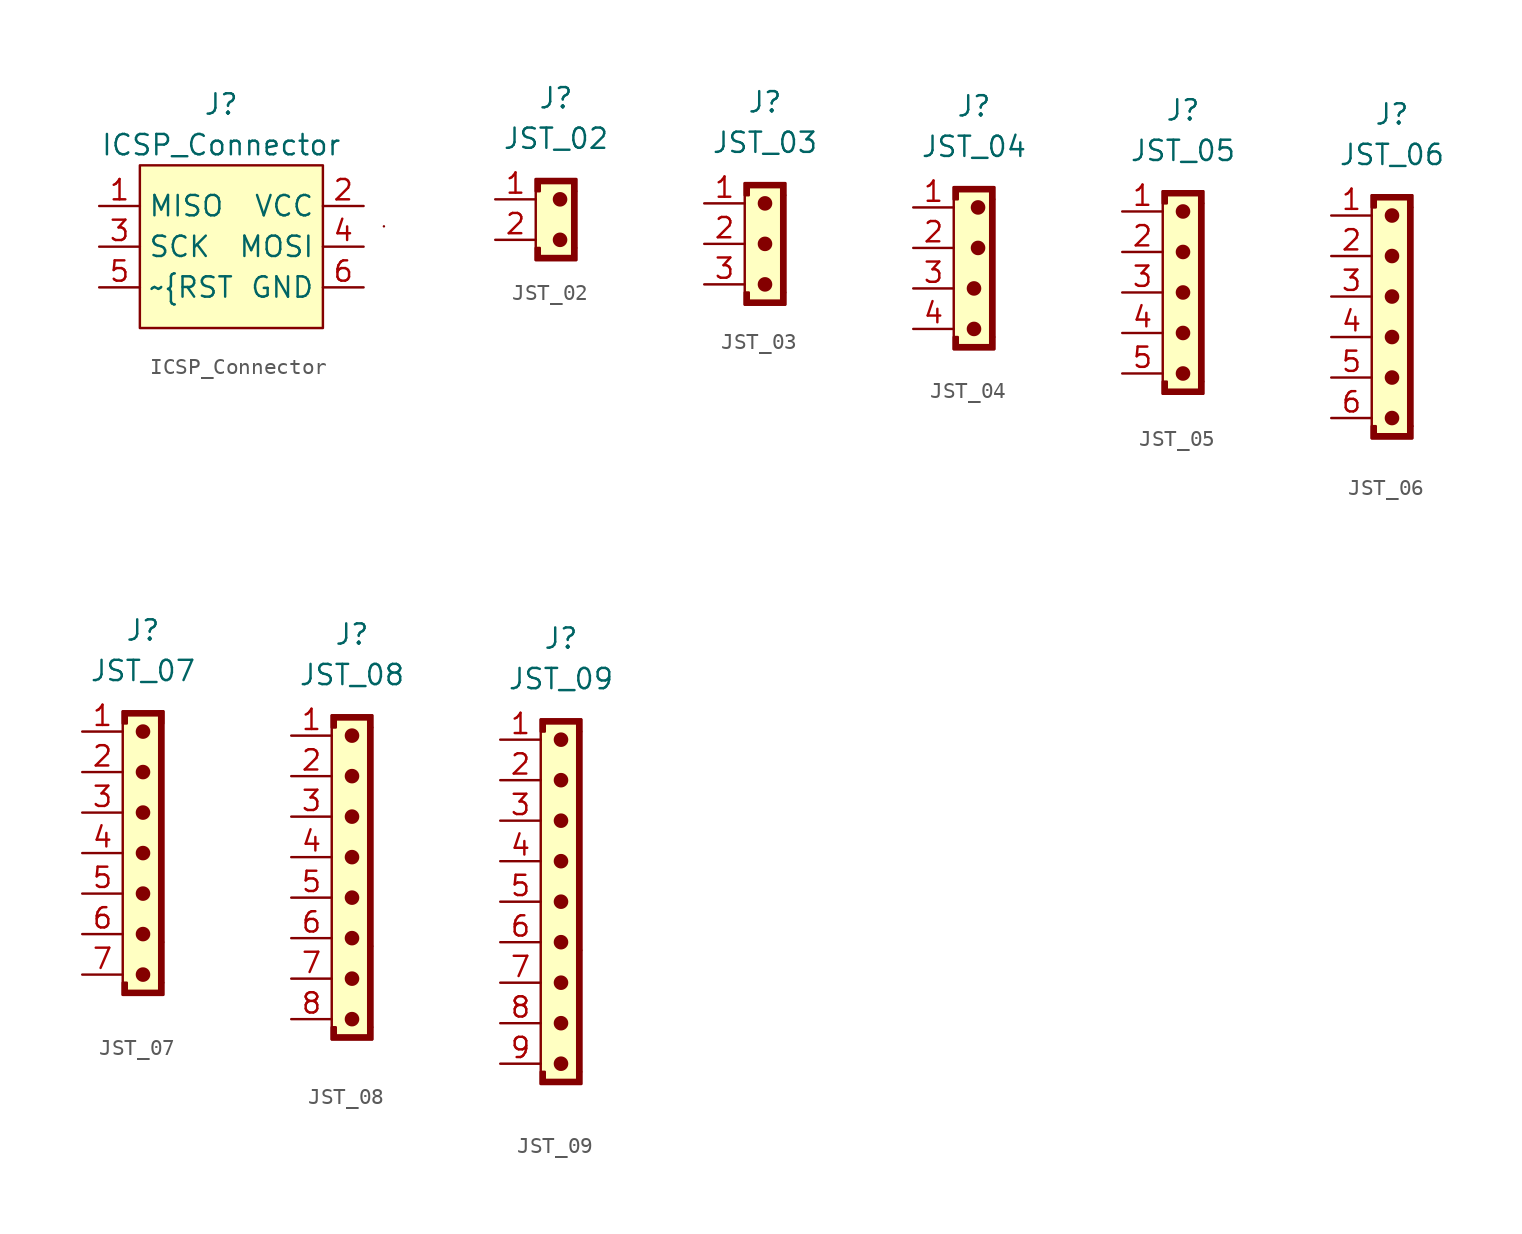
<source format=kicad_sym>
(kicad_symbol_lib
  (version 20220914)
  (generator kicad_symbol_editor)
  (symbol "ICSP_Connector"
    (property "Reference" "J"
      (at 0 8.89 0)
      (effects (font (size 1.27 1.27))))
    (property "Value" "ICSP_Connector"
      (at 0 6.35 0)
      (effects (font (size 1.27 1.27))))
    (symbol "ICSP_Connector_0_1"
      (rectangle (start -5.08 5.08) (end 6.35 -5.08) (stroke (width 0) (type default)) (fill (type background)))
      (rectangle (start 10.16 1.27) (end 10.16 1.27) (stroke (width 0) (type default)) (fill (type none))))
    (symbol "ICSP_Connector_1_1"
      (pin bidirectional line (at -7.62 2.54 0) (length 2.54) (name "MISO" (effects (font (size 1.27 1.27)))) (number "1" (effects (font (size 1.27 1.27)))))
      (pin power_in line (at 8.89 2.54 180) (length 2.54) (name "VCC" (effects (font (size 1.27 1.27)))) (number "2" (effects (font (size 1.27 1.27)))))
      (pin input line (at -7.62 0 0) (length 2.54) (name "SCK" (effects (font (size 1.27 1.27)))) (number "3" (effects (font (size 1.27 1.27)))))
      (pin bidirectional line (at 8.89 0 180) (length 2.54) (name "MOSI" (effects (font (size 1.27 1.27)))) (number "4" (effects (font (size 1.27 1.27)))))
      (pin input line (at -7.62 -2.54 0) (length 2.54) (name "~{RST" (effects (font (size 1.27 1.27)))) (number "5" (effects (font (size 1.27 1.27)))))
      (pin power_in line (at 8.89 -2.54 180) (length 2.54) (name "GND" (effects (font (size 1.27 1.27)))) (number "6" (effects (font (size 1.27 1.27)))))))
  (symbol "JST_02"
    (property "Reference" "J"
      (at 0 7.62 0)
      (effects (font (size 1.27 1.27))))
    (property "Value" "JST_02"
      (at 0 5.08 0)
      (effects (font (size 1.27 1.27))))
    (symbol "JST_02_0_1"
      (rectangle (start -1.27 2.54) (end 1.27 -2.54) (stroke (width 0) (type default)) (fill (type background)))
      (polyline (pts (xy -1.27 -1.778) (xy -1.27 -2.54) (xy 1.27 -2.54) (xy 1.27 -1.778) (xy 1.016 -1.778) (xy 1.016 -2.286) (xy -1.016 -2.286) (xy -1.016 -1.778) (xy -1.27 -1.778)) (stroke (width 0) (type default)) (fill (type outline)))
      (polyline (pts (xy 1.27 1.778) (xy 1.27 2.54) (xy -1.27 2.54) (xy -1.27 1.778) (xy -1.016 1.778) (xy -1.016 2.286) (xy 1.016 2.286) (xy 1.016 1.778) (xy 1.27 1.778)) (stroke (width 0) (type default)) (fill (type outline)))
      (circle (center 0.254 -1.27) (radius 0.381) (stroke (width 0) (type default)) (fill (type outline)))
      (circle (center 0.254 1.27) (radius 0.381) (stroke (width 0) (type default)) (fill (type outline)))
      (rectangle (start 1.016 1.778) (end 1.27 -1.778) (stroke (width 0) (type default)) (fill (type outline))))
    (symbol "JST_02_1_1"
      (pin passive line (at -3.81 1.27 0) (length 2.54) (name "" (effects (font (size 1.27 1.27)))) (number "1" (effects (font (size 1.27 1.27)))))
      (pin passive line (at -3.81 -1.27 0) (length 2.54) (name "" (effects (font (size 1.27 1.27)))) (number "2" (effects (font (size 1.27 1.27)))))))
  (symbol "JST_03"
    (property "Reference" "J"
      (at 0 8.89 0)
      (effects (font (size 1.27 1.27))))
    (property "Value" "JST_03"
      (at 0 6.35 0)
      (effects (font (size 1.27 1.27))))
    (symbol "JST_03_0_1"
      (rectangle (start -1.27 3.81) (end 1.27 -3.81) (stroke (width 0) (type default)) (fill (type background)))
      (circle (center 0 -2.54) (radius 0.381) (stroke (width 0) (type default)) (fill (type outline)))
      (polyline (pts (xy -1.27 -3.048) (xy -1.27 -3.81) (xy 1.27 -3.81) (xy 1.27 -3.048) (xy 1.016 -3.048) (xy 1.016 -3.556) (xy -1.016 -3.556) (xy -1.016 -3.048) (xy -1.27 -3.048)) (stroke (width 0) (type default)) (fill (type outline)))
      (polyline (pts (xy 1.27 3.048) (xy 1.27 3.81) (xy -1.27 3.81) (xy -1.27 3.048) (xy -1.016 3.048) (xy -1.016 3.556) (xy 1.016 3.556) (xy 1.016 3.048) (xy 1.27 3.048)) (stroke (width 0) (type default)) (fill (type outline)))
      (circle (center 0 0) (radius 0.381) (stroke (width 0) (type default)) (fill (type outline)))
      (circle (center 0 2.54) (radius 0.381) (stroke (width 0) (type default)) (fill (type outline)))
      (rectangle (start 1.016 3.048) (end 1.27 -3.048) (stroke (width 0) (type default)) (fill (type outline))))
    (symbol "JST_03_1_1"
      (pin passive line (at -3.81 2.54 0) (length 2.54) (name "" (effects (font (size 1.27 1.27)))) (number "1" (effects (font (size 1.27 1.27)))))
      (pin passive line (at -3.81 0 0) (length 2.54) (name "" (effects (font (size 1.27 1.27)))) (number "2" (effects (font (size 1.27 1.27)))))
      (pin passive line (at -3.81 -2.54 0) (length 2.54) (name "" (effects (font (size 1.27 1.27)))) (number "3" (effects (font (size 1.27 1.27)))))))
  (symbol "JST_04"
    (property "Reference" "J"
      (at 0 10.414 0)
      (effects (font (size 1.27 1.27))))
    (property "Value" "JST_04"
      (at 0 7.874 0)
      (effects (font (size 1.27 1.27))))
    (symbol "JST_04_0_1"
      (rectangle (start -1.27 5.334) (end 1.27 -4.826) (stroke (width 0) (type default)) (fill (type background)))
      (circle (center 0 -3.556) (radius 0.381) (stroke (width 0) (type default)) (fill (type outline)))
      (circle (center 0 -1.016) (radius 0.381) (stroke (width 0) (type default)) (fill (type outline)))
      (polyline (pts (xy -1.27 -4.064) (xy -1.27 -4.826) (xy 1.27 -4.826) (xy 1.27 -4.064) (xy 1.016 -4.064) (xy 1.016 -4.572) (xy -1.016 -4.572) (xy -1.016 -4.064) (xy -1.27 -4.064)) (stroke (width 0) (type default)) (fill (type outline)))
      (polyline (pts (xy 1.27 4.572) (xy 1.27 5.334) (xy -1.27 5.334) (xy -1.27 4.572) (xy -1.016 4.572) (xy -1.016 5.08) (xy 1.016 5.08) (xy 1.016 4.572) (xy 1.27 4.572)) (stroke (width 0) (type default)) (fill (type outline)))
      (circle (center 0.254 1.524) (radius 0.381) (stroke (width 0) (type default)) (fill (type outline)))
      (circle (center 0.254 4.064) (radius 0.381) (stroke (width 0) (type default)) (fill (type outline)))
      (rectangle (start 1.016 4.572) (end 1.27 -4.064) (stroke (width 0) (type default)) (fill (type outline))))
    (symbol "JST_04_1_1"
      (pin passive line (at -3.81 4.064 0) (length 2.54) (name "" (effects (font (size 1.27 1.27)))) (number "1" (effects (font (size 1.27 1.27)))))
      (pin passive line (at -3.81 1.524 0) (length 2.54) (name "" (effects (font (size 1.27 1.27)))) (number "2" (effects (font (size 1.27 1.27)))))
      (pin passive line (at -3.81 -1.016 0) (length 2.54) (name "" (effects (font (size 1.27 1.27)))) (number "3" (effects (font (size 1.27 1.27)))))
      (pin passive line (at -3.81 -3.556 0) (length 2.54) (name "" (effects (font (size 1.27 1.27)))) (number "4" (effects (font (size 1.27 1.27)))))))
  (symbol "JST_05"
    (property "Reference" "J"
      (at 0 11.43 0)
      (effects (font (size 1.27 1.27))))
    (property "Value" "JST_05"
      (at 0 8.89 0)
      (effects (font (size 1.27 1.27))))
    (symbol "JST_05_0_1"
      (rectangle (start -1.27 6.35) (end 1.27 -6.35) (stroke (width 0) (type default)) (fill (type background)))
      (circle (center 0 -5.08) (radius 0.381) (stroke (width 0) (type default)) (fill (type outline)))
      (circle (center 0 -2.54) (radius 0.381) (stroke (width 0) (type default)) (fill (type outline)))
      (polyline (pts (xy -1.27 -5.588) (xy -1.27 -6.35) (xy 1.27 -6.35) (xy 1.27 -5.588) (xy 1.016 -5.588) (xy 1.016 -6.096) (xy -1.016 -6.096) (xy -1.016 -5.588) (xy -1.27 -5.588)) (stroke (width 0) (type default)) (fill (type outline)))
      (polyline (pts (xy 1.27 5.588) (xy 1.27 6.35) (xy -1.27 6.35) (xy -1.27 5.588) (xy -1.016 5.588) (xy -1.016 6.096) (xy 1.016 6.096) (xy 1.016 5.588) (xy 1.27 5.588)) (stroke (width 0) (type default)) (fill (type outline)))
      (circle (center 0 0) (radius 0.381) (stroke (width 0) (type default)) (fill (type outline)))
      (circle (center 0 2.54) (radius 0.381) (stroke (width 0) (type default)) (fill (type outline)))
      (circle (center 0 5.08) (radius 0.381) (stroke (width 0) (type default)) (fill (type outline)))
      (rectangle (start 1.016 5.588) (end 1.27 -5.588) (stroke (width 0) (type default)) (fill (type outline))))
    (symbol "JST_05_1_1"
      (pin passive line (at -3.81 5.08 0) (length 2.54) (name "" (effects (font (size 1.27 1.27)))) (number "1" (effects (font (size 1.27 1.27)))))
      (pin passive line (at -3.81 2.54 0) (length 2.54) (name "" (effects (font (size 1.27 1.27)))) (number "2" (effects (font (size 1.27 1.27)))))
      (pin passive line (at -3.81 0 0) (length 2.54) (name "" (effects (font (size 1.27 1.27)))) (number "3" (effects (font (size 1.27 1.27)))))
      (pin passive line (at -3.81 -2.54 0) (length 2.54) (name "" (effects (font (size 1.27 1.27)))) (number "4" (effects (font (size 1.27 1.27)))))
      (pin passive line (at -3.81 -5.08 0) (length 2.54) (name "" (effects (font (size 1.27 1.27)))) (number "5" (effects (font (size 1.27 1.27)))))))
  (symbol "JST_06"
    (property "Reference" "J"
      (at 0 12.7 0)
      (effects (font (size 1.27 1.27))))
    (property "Value" "JST_06"
      (at 0 10.16 0)
      (effects (font (size 1.27 1.27))))
    (symbol "JST_06_0_1"
      (rectangle (start -1.27 7.62) (end 1.27 -7.62) (stroke (width 0) (type default)) (fill (type background)))
      (circle (center 0 -6.35) (radius 0.381) (stroke (width 0) (type default)) (fill (type outline)))
      (circle (center 0 -3.81) (radius 0.381) (stroke (width 0) (type default)) (fill (type outline)))
      (circle (center 0 -1.27) (radius 0.381) (stroke (width 0) (type default)) (fill (type outline)))
      (polyline (pts (xy -1.27 -6.858) (xy -1.27 -7.62) (xy 1.27 -7.62) (xy 1.27 -6.858) (xy 1.016 -6.858) (xy 1.016 -7.366) (xy -1.016 -7.366) (xy -1.016 -6.858) (xy -1.27 -6.858)) (stroke (width 0) (type default)) (fill (type outline)))
      (polyline (pts (xy 1.27 6.858) (xy 1.27 7.62) (xy -1.27 7.62) (xy -1.27 6.858) (xy -1.016 6.858) (xy -1.016 7.366) (xy 1.016 7.366) (xy 1.016 6.858) (xy 1.27 6.858)) (stroke (width 0) (type default)) (fill (type outline)))
      (circle (center 0 1.27) (radius 0.381) (stroke (width 0) (type default)) (fill (type outline)))
      (circle (center 0 3.81) (radius 0.381) (stroke (width 0) (type default)) (fill (type outline)))
      (circle (center 0 6.35) (radius 0.381) (stroke (width 0) (type default)) (fill (type outline)))
      (rectangle (start 1.016 -6.858) (end 1.27 -6.858) (stroke (width 0) (type default)) (fill (type none)))
      (rectangle (start 1.016 -6.858) (end 1.27 6.858) (stroke (width 0) (type default)) (fill (type outline))))
    (symbol "JST_06_1_1"
      (pin passive line (at -3.81 6.35 0) (length 2.54) (name "" (effects (font (size 1.27 1.27)))) (number "1" (effects (font (size 1.27 1.27)))))
      (pin passive line (at -3.81 3.81 0) (length 2.54) (name "" (effects (font (size 1.27 1.27)))) (number "2" (effects (font (size 1.27 1.27)))))
      (pin passive line (at -3.81 1.27 0) (length 2.54) (name "" (effects (font (size 1.27 1.27)))) (number "3" (effects (font (size 1.27 1.27)))))
      (pin passive line (at -3.81 -1.27 0) (length 2.54) (name "" (effects (font (size 1.27 1.27)))) (number "4" (effects (font (size 1.27 1.27)))))
      (pin passive line (at -3.81 -3.81 0) (length 2.54) (name "" (effects (font (size 1.27 1.27)))) (number "5" (effects (font (size 1.27 1.27)))))
      (pin passive line (at -3.81 -6.35 0) (length 2.54) (name "" (effects (font (size 1.27 1.27)))) (number "6" (effects (font (size 1.27 1.27)))))))
  (symbol "JST_07"
    (property "Reference" "J"
      (at 0 13.97 0)
      (effects (font (size 1.27 1.27))))
    (property "Value" "JST_07"
      (at 0 11.43 0)
      (effects (font (size 1.27 1.27))))
    (symbol "JST_07_0_1"
      (rectangle (start -1.27 8.89) (end 1.27 -8.89) (stroke (width 0) (type default)) (fill (type background)))
      (circle (center 0 -7.62) (radius 0.381) (stroke (width 0) (type default)) (fill (type outline)))
      (circle (center 0 -5.08) (radius 0.381) (stroke (width 0) (type default)) (fill (type outline)))
      (circle (center 0 -2.54) (radius 0.381) (stroke (width 0) (type default)) (fill (type outline)))
      (polyline (pts (xy -1.27 -8.128) (xy -1.27 -8.89) (xy 1.27 -8.89) (xy 1.27 -8.128) (xy 1.016 -8.128) (xy 1.016 -8.636) (xy -1.016 -8.636) (xy -1.016 -8.128) (xy -1.27 -8.128)) (stroke (width 0) (type default)) (fill (type outline)))
      (polyline (pts (xy 1.27 8.128) (xy 1.27 8.89) (xy -1.27 8.89) (xy -1.27 8.128) (xy -1.016 8.128) (xy -1.016 8.636) (xy 1.016 8.636) (xy 1.016 8.128) (xy 1.27 8.128)) (stroke (width 0) (type default)) (fill (type outline)))
      (circle (center 0 0) (radius 0.381) (stroke (width 0) (type default)) (fill (type outline)))
      (circle (center 0 2.54) (radius 0.381) (stroke (width 0) (type default)) (fill (type outline)))
      (circle (center 0 5.08) (radius 0.381) (stroke (width 0) (type default)) (fill (type outline)))
      (circle (center 0 7.62) (radius 0.381) (stroke (width 0) (type default)) (fill (type outline)))
      (rectangle (start 1.016 -5.588) (end 1.27 -5.588) (stroke (width 0) (type default)) (fill (type none)))
      (rectangle (start 1.016 8.89) (end 1.27 -8.128) (stroke (width 0) (type default)) (fill (type outline))))
    (symbol "JST_07_1_1"
      (pin passive line (at -3.81 7.62 0) (length 2.54) (name "" (effects (font (size 1.27 1.27)))) (number "1" (effects (font (size 1.27 1.27)))))
      (pin passive line (at -3.81 5.08 0) (length 2.54) (name "" (effects (font (size 1.27 1.27)))) (number "2" (effects (font (size 1.27 1.27)))))
      (pin passive line (at -3.81 2.54 0) (length 2.54) (name "" (effects (font (size 1.27 1.27)))) (number "3" (effects (font (size 1.27 1.27)))))
      (pin passive line (at -3.81 0 0) (length 2.54) (name "" (effects (font (size 1.27 1.27)))) (number "4" (effects (font (size 1.27 1.27)))))
      (pin passive line (at -3.81 -2.54 0) (length 2.54) (name "" (effects (font (size 1.27 1.27)))) (number "5" (effects (font (size 1.27 1.27)))))
      (pin passive line (at -3.81 -5.08 0) (length 2.54) (name "" (effects (font (size 1.27 1.27)))) (number "6" (effects (font (size 1.27 1.27)))))
      (pin passive line (at -3.81 -7.62 0) (length 2.54) (name "" (effects (font (size 1.27 1.27)))) (number "7" (effects (font (size 1.27 1.27)))))))
  (symbol "JST_08"
    (property "Reference" "J"
      (at 0 15.24 0)
      (effects (font (size 1.27 1.27))))
    (property "Value" "JST_08"
      (at 0 12.7 0)
      (effects (font (size 1.27 1.27))))
    (symbol "JST_08_0_1"
      (rectangle (start -1.27 10.16) (end 1.27 -10.16) (stroke (width 0) (type default)) (fill (type background)))
      (circle (center 0 -8.89) (radius 0.381) (stroke (width 0) (type default)) (fill (type outline)))
      (circle (center 0 -6.35) (radius 0.381) (stroke (width 0) (type default)) (fill (type outline)))
      (circle (center 0 -3.81) (radius 0.381) (stroke (width 0) (type default)) (fill (type outline)))
      (circle (center 0 -1.27) (radius 0.381) (stroke (width 0) (type default)) (fill (type outline)))
      (polyline (pts (xy -1.27 -9.398) (xy -1.27 -10.16) (xy 1.27 -10.16) (xy 1.27 -9.398) (xy 1.016 -9.398) (xy 1.016 -9.906) (xy -1.016 -9.906) (xy -1.016 -9.398) (xy -1.27 -9.398)) (stroke (width 0) (type default)) (fill (type outline)))
      (polyline (pts (xy 1.27 9.398) (xy 1.27 10.16) (xy -1.27 10.16) (xy -1.27 9.398) (xy -1.016 9.398) (xy -1.016 9.906) (xy 1.016 9.906) (xy 1.016 9.398) (xy 1.27 9.398)) (stroke (width 0) (type default)) (fill (type outline)))
      (circle (center 0 1.27) (radius 0.381) (stroke (width 0) (type default)) (fill (type outline)))
      (circle (center 0 3.81) (radius 0.381) (stroke (width 0) (type default)) (fill (type outline)))
      (circle (center 0 6.35) (radius 0.381) (stroke (width 0) (type default)) (fill (type outline)))
      (circle (center 0 8.89) (radius 0.381) (stroke (width 0) (type default)) (fill (type outline)))
      (rectangle (start 1.016 -4.318) (end 1.27 -4.318) (stroke (width 0) (type default)) (fill (type none)))
      (rectangle (start 1.016 9.398) (end 1.27 -9.398) (stroke (width 0) (type default)) (fill (type outline))))
    (symbol "JST_08_1_1"
      (pin passive line (at -3.81 8.89 0) (length 2.54) (name "" (effects (font (size 1.27 1.27)))) (number "1" (effects (font (size 1.27 1.27)))))
      (pin passive line (at -3.81 6.35 0) (length 2.54) (name "" (effects (font (size 1.27 1.27)))) (number "2" (effects (font (size 1.27 1.27)))))
      (pin passive line (at -3.81 3.81 0) (length 2.54) (name "" (effects (font (size 1.27 1.27)))) (number "3" (effects (font (size 1.27 1.27)))))
      (pin passive line (at -3.81 1.27 0) (length 2.54) (name "" (effects (font (size 1.27 1.27)))) (number "4" (effects (font (size 1.27 1.27)))))
      (pin passive line (at -3.81 -1.27 0) (length 2.54) (name "" (effects (font (size 1.27 1.27)))) (number "5" (effects (font (size 1.27 1.27)))))
      (pin passive line (at -3.81 -3.81 0) (length 2.54) (name "" (effects (font (size 1.27 1.27)))) (number "6" (effects (font (size 1.27 1.27)))))
      (pin passive line (at -3.81 -6.35 0) (length 2.54) (name "" (effects (font (size 1.27 1.27)))) (number "7" (effects (font (size 1.27 1.27)))))
      (pin passive line (at -3.81 -8.89 0) (length 2.54) (name "" (effects (font (size 1.27 1.27)))) (number "8" (effects (font (size 1.27 1.27)))))))
  (symbol "JST_09"
    (property "Reference" "J"
      (at 0 16.51 0)
      (effects (font (size 1.27 1.27))))
    (property "Value" "JST_09"
      (at 0 13.97 0)
      (effects (font (size 1.27 1.27))))
    (symbol "JST_09_0_1"
      (rectangle (start -1.27 11.43) (end 1.27 -11.43) (stroke (width 0) (type default)) (fill (type background)))
      (circle (center 0 -10.16) (radius 0.381) (stroke (width 0) (type default)) (fill (type outline)))
      (circle (center 0 -7.62) (radius 0.381) (stroke (width 0) (type default)) (fill (type outline)))
      (circle (center 0 -5.08) (radius 0.381) (stroke (width 0) (type default)) (fill (type outline)))
      (circle (center 0 -2.54) (radius 0.381) (stroke (width 0) (type default)) (fill (type outline)))
      (polyline (pts (xy -1.27 -10.668) (xy -1.27 -11.43) (xy 1.27 -11.43) (xy 1.27 -10.668) (xy 1.016 -10.668) (xy 1.016 -11.176) (xy -1.016 -11.176) (xy -1.016 -10.668) (xy -1.27 -10.668)) (stroke (width 0) (type default)) (fill (type outline)))
      (polyline (pts (xy 1.27 10.668) (xy 1.27 11.43) (xy -1.27 11.43) (xy -1.27 10.668) (xy -1.016 10.668) (xy -1.016 11.176) (xy 1.016 11.176) (xy 1.016 10.668) (xy 1.27 10.668)) (stroke (width 0) (type default)) (fill (type outline)))
      (circle (center 0 0) (radius 0.381) (stroke (width 0) (type default)) (fill (type outline)))
      (circle (center 0 2.54) (radius 0.381) (stroke (width 0) (type default)) (fill (type outline)))
      (circle (center 0 5.08) (radius 0.381) (stroke (width 0) (type default)) (fill (type outline)))
      (circle (center 0 7.62) (radius 0.381) (stroke (width 0) (type default)) (fill (type outline)))
      (circle (center 0 10.16) (radius 0.381) (stroke (width 0) (type default)) (fill (type outline)))
      (rectangle (start 1.016 -3.048) (end 1.27 -3.048) (stroke (width 0) (type default)) (fill (type none)))
      (rectangle (start 1.016 10.668) (end 1.27 -10.668) (stroke (width 0) (type default)) (fill (type outline))))
    (symbol "JST_09_1_1"
      (pin passive line (at -3.81 10.16 0) (length 2.54) (name "" (effects (font (size 1.27 1.27)))) (number "1" (effects (font (size 1.27 1.27)))))
      (pin passive line (at -3.81 7.62 0) (length 2.54) (name "" (effects (font (size 1.27 1.27)))) (number "2" (effects (font (size 1.27 1.27)))))
      (pin passive line (at -3.81 5.08 0) (length 2.54) (name "" (effects (font (size 1.27 1.27)))) (number "3" (effects (font (size 1.27 1.27)))))
      (pin passive line (at -3.81 2.54 0) (length 2.54) (name "" (effects (font (size 1.27 1.27)))) (number "4" (effects (font (size 1.27 1.27)))))
      (pin passive line (at -3.81 0 0) (length 2.54) (name "" (effects (font (size 1.27 1.27)))) (number "5" (effects (font (size 1.27 1.27)))))
      (pin passive line (at -3.81 -2.54 0) (length 2.54) (name "" (effects (font (size 1.27 1.27)))) (number "6" (effects (font (size 1.27 1.27)))))
      (pin passive line (at -3.81 -5.08 0) (length 2.54) (name "" (effects (font (size 1.27 1.27)))) (number "7" (effects (font (size 1.27 1.27)))))
      (pin passive line (at -3.81 -7.62 0) (length 2.54) (name "" (effects (font (size 1.27 1.27)))) (number "8" (effects (font (size 1.27 1.27)))))
      (pin passive line (at -3.81 -10.16 0) (length 2.54) (name "" (effects (font (size 1.27 1.27)))) (number "9" (effects (font (size 1.27 1.27))))))))
</source>
